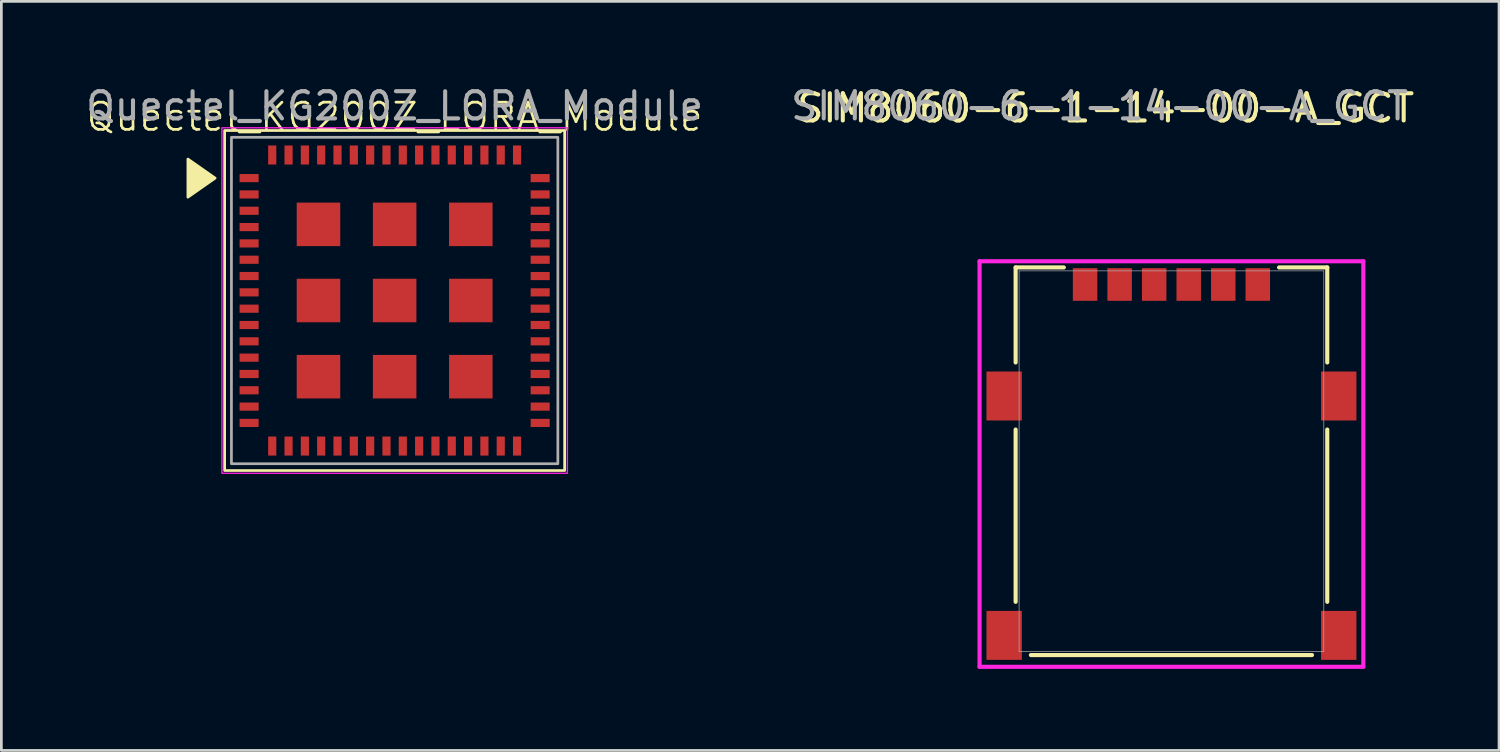
<source format=kicad_pcb>
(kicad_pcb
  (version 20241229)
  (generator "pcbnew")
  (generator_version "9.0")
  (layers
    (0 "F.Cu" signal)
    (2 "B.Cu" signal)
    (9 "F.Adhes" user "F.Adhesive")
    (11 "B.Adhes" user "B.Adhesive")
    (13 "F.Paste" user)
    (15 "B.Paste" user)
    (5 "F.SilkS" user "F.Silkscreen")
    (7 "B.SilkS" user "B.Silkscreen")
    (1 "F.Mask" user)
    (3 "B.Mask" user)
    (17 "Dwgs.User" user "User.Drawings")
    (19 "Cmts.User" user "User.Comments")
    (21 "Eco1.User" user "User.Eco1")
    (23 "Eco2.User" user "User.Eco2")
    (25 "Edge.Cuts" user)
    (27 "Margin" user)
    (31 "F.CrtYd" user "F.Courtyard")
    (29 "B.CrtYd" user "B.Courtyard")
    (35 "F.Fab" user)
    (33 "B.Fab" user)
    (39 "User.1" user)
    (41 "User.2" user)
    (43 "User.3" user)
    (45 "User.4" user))
  (footprint "Quectel_KG200Z_LORA_Module"
    (layer "F.Cu")
    (at 11.458 7.998)
    (property "Reference" "Quectel_KG200Z_LORA_Module" (at 0 -6.75 0) (unlocked yes) (layer "F.SilkS") (effects (font (size 1 1) (thickness 0.1))))
    (attr smd)
    (fp_rect (start -6.25 -6.25) (end 6.25 6.25) (stroke (width 0.1) (type default)) (fill no) (layer "F.SilkS"))
    (fp_poly (pts (xy -6.6 -4.5) (xy -7.6 -5.2) (xy -7.6 -3.8)) (stroke (width 0.1) (type solid)) (fill yes) (layer "F.SilkS"))
    (fp_rect (start -6.35 -6.35) (end 6.35 6.35) (stroke (width 0.05) (type default)) (fill no) (layer "F.CrtYd"))
    (fp_rect (start -6 -6) (end 6 6) (stroke (width 0.1) (type default)) (fill no) (layer "F.Fab"))
    (fp_text user "${REFERENCE}" (at 0 -7.15 0) (unlocked yes) (layer "F.Fab") (effects (font (size 1 1) (thickness 0.15))))
    (pad "1" smd rect (at -5.35 -4.5 90) (size 0.3 0.7) (layers "F.Cu" "F.Mask" "F.Paste"))
    (pad "2" smd rect (at -5.35 -3.9 90) (size 0.3 0.7) (layers "F.Cu" "F.Mask" "F.Paste"))
    (pad "3" smd rect (at -5.35 -3.3 90) (size 0.3 0.7) (layers "F.Cu" "F.Mask" "F.Paste"))
    (pad "4" smd rect (at -5.35 -2.7 90) (size 0.3 0.7) (layers "F.Cu" "F.Mask" "F.Paste"))
    (pad "5" smd rect (at -5.35 -2.1 90) (size 0.3 0.7) (layers "F.Cu" "F.Mask" "F.Paste"))
    (pad "6" smd rect (at -5.35 -1.5 90) (size 0.3 0.7) (layers "F.Cu" "F.Mask" "F.Paste"))
    (pad "7" smd rect (at -5.35 -0.9 90) (size 0.3 0.7) (layers "F.Cu" "F.Mask" "F.Paste"))
    (pad "8" smd rect (at -5.35 -0.3 90) (size 0.3 0.7) (layers "F.Cu" "F.Mask" "F.Paste"))
    (pad "9" smd rect (at -5.35 0.3 90) (size 0.3 0.7) (layers "F.Cu" "F.Mask" "F.Paste"))
    (pad "10" smd rect (at -5.35 0.9 90) (size 0.3 0.7) (layers "F.Cu" "F.Mask" "F.Paste"))
    (pad "11" smd rect (at -5.35 1.5 90) (size 0.3 0.7) (layers "F.Cu" "F.Mask" "F.Paste"))
    (pad "12" smd rect (at -5.35 2.1 90) (size 0.3 0.7) (layers "F.Cu" "F.Mask" "F.Paste"))
    (pad "13" smd rect (at -5.35 2.7 90) (size 0.3 0.7) (layers "F.Cu" "F.Mask" "F.Paste"))
    (pad "14" smd rect (at -5.35 3.3 90) (size 0.3 0.7) (layers "F.Cu" "F.Mask" "F.Paste"))
    (pad "15" smd rect (at -5.35 3.9 90) (size 0.3 0.7) (layers "F.Cu" "F.Mask" "F.Paste"))
    (pad "16" smd rect (at -5.35 4.5 90) (size 0.3 0.7) (layers "F.Cu" "F.Mask" "F.Paste"))
    (pad "17" smd rect (at -4.5 5.35) (size 0.3 0.7) (layers "F.Cu" "F.Mask" "F.Paste"))
    (pad "18" smd rect (at -3.9 5.35) (size 0.3 0.7) (layers "F.Cu" "F.Mask" "F.Paste"))
    (pad "19" smd rect (at -3.3 5.35) (size 0.3 0.7) (layers "F.Cu" "F.Mask" "F.Paste"))
    (pad "20" smd rect (at -2.7 5.35) (size 0.3 0.7) (layers "F.Cu" "F.Mask" "F.Paste"))
    (pad "21" smd rect (at -2.1 5.35) (size 0.3 0.7) (layers "F.Cu" "F.Mask" "F.Paste"))
    (pad "22" smd rect (at -1.5 5.35) (size 0.3 0.7) (layers "F.Cu" "F.Mask" "F.Paste"))
    (pad "23" smd rect (at -0.9 5.35) (size 0.3 0.7) (layers "F.Cu" "F.Mask" "F.Paste"))
    (pad "24" smd rect (at -0.3 5.35) (size 0.3 0.7) (layers "F.Cu" "F.Mask" "F.Paste"))
    (pad "25" smd rect (at 0.3 5.35) (size 0.3 0.7) (layers "F.Cu" "F.Mask" "F.Paste"))
    (pad "26" smd rect (at 0.9 5.35) (size 0.3 0.7) (layers "F.Cu" "F.Mask" "F.Paste"))
    (pad "27" smd rect (at 1.5 5.35) (size 0.3 0.7) (layers "F.Cu" "F.Mask" "F.Paste"))
    (pad "28" smd rect (at 2.1 5.35) (size 0.3 0.7) (layers "F.Cu" "F.Mask" "F.Paste"))
    (pad "29" smd rect (at 2.7 5.35) (size 0.3 0.7) (layers "F.Cu" "F.Mask" "F.Paste"))
    (pad "30" smd rect (at 3.3 5.35) (size 0.3 0.7) (layers "F.Cu" "F.Mask" "F.Paste"))
    (pad "31" smd rect (at 3.9 5.35) (size 0.3 0.7) (layers "F.Cu" "F.Mask" "F.Paste"))
    (pad "32" smd rect (at 4.5 5.35) (size 0.3 0.7) (layers "F.Cu" "F.Mask" "F.Paste"))
    (pad "33" smd rect (at 5.35 4.5 90) (size 0.3 0.7) (layers "F.Cu" "F.Mask" "F.Paste"))
    (pad "34" smd rect (at 5.35 3.9 90) (size 0.3 0.7) (layers "F.Cu" "F.Mask" "F.Paste"))
    (pad "35" smd rect (at 5.35 3.3 90) (size 0.3 0.7) (layers "F.Cu" "F.Mask" "F.Paste"))
    (pad "36" smd rect (at 5.35 2.7 90) (size 0.3 0.7) (layers "F.Cu" "F.Mask" "F.Paste"))
    (pad "37" smd rect (at 5.35 2.1 90) (size 0.3 0.7) (layers "F.Cu" "F.Mask" "F.Paste"))
    (pad "38" smd rect (at 5.35 1.5 90) (size 0.3 0.7) (layers "F.Cu" "F.Mask" "F.Paste"))
    (pad "39" smd rect (at 5.35 0.9 90) (size 0.3 0.7) (layers "F.Cu" "F.Mask" "F.Paste"))
    (pad "40" smd rect (at 5.35 0.3 90) (size 0.3 0.7) (layers "F.Cu" "F.Mask" "F.Paste"))
    (pad "41" smd rect (at 5.35 -0.3 90) (size 0.3 0.7) (layers "F.Cu" "F.Mask" "F.Paste"))
    (pad "42" smd rect (at 5.35 -0.9 90) (size 0.3 0.7) (layers "F.Cu" "F.Mask" "F.Paste"))
    (pad "43" smd rect (at 5.35 -1.5 90) (size 0.3 0.7) (layers "F.Cu" "F.Mask" "F.Paste"))
    (pad "44" smd rect (at 5.35 -2.1 90) (size 0.3 0.7) (layers "F.Cu" "F.Mask" "F.Paste"))
    (pad "45" smd rect (at 5.35 -2.7 90) (size 0.3 0.7) (layers "F.Cu" "F.Mask" "F.Paste"))
    (pad "46" smd rect (at 5.35 -3.3 90) (size 0.3 0.7) (layers "F.Cu" "F.Mask" "F.Paste"))
    (pad "47" smd rect (at 5.35 -3.9 90) (size 0.3 0.7) (layers "F.Cu" "F.Mask" "F.Paste"))
    (pad "48" smd rect (at 5.35 -4.5 90) (size 0.3 0.7) (layers "F.Cu" "F.Mask" "F.Paste"))
    (pad "49" smd rect (at 4.5 -5.35) (size 0.3 0.7) (layers "F.Cu" "F.Mask" "F.Paste"))
    (pad "50" smd rect (at 3.9 -5.35) (size 0.3 0.7) (layers "F.Cu" "F.Mask" "F.Paste"))
    (pad "51" smd rect (at 3.3 -5.35) (size 0.3 0.7) (layers "F.Cu" "F.Mask" "F.Paste"))
    (pad "52" smd rect (at 2.7 -5.35) (size 0.3 0.7) (layers "F.Cu" "F.Mask" "F.Paste"))
    (pad "53" smd rect (at 2.1 -5.35) (size 0.3 0.7) (layers "F.Cu" "F.Mask" "F.Paste"))
    (pad "54" smd rect (at 1.5 -5.35) (size 0.3 0.7) (layers "F.Cu" "F.Mask" "F.Paste"))
    (pad "55" smd rect (at 0.9 -5.35) (size 0.3 0.7) (layers "F.Cu" "F.Mask" "F.Paste"))
    (pad "56" smd rect (at 0.3 -5.35) (size 0.3 0.7) (layers "F.Cu" "F.Mask" "F.Paste"))
    (pad "57" smd rect (at -0.3 -5.35) (size 0.3 0.7) (layers "F.Cu" "F.Mask" "F.Paste"))
    (pad "58" smd rect (at -0.9 -5.35) (size 0.3 0.7) (layers "F.Cu" "F.Mask" "F.Paste"))
    (pad "59" smd rect (at -1.5 -5.35) (size 0.3 0.7) (layers "F.Cu" "F.Mask" "F.Paste"))
    (pad "60" smd rect (at -2.1 -5.35) (size 0.3 0.7) (layers "F.Cu" "F.Mask" "F.Paste"))
    (pad "61" smd rect (at -2.7 -5.35) (size 0.3 0.7) (layers "F.Cu" "F.Mask" "F.Paste"))
    (pad "62" smd rect (at -3.3 -5.35) (size 0.3 0.7) (layers "F.Cu" "F.Mask" "F.Paste"))
    (pad "63" smd rect (at -3.9 -5.35) (size 0.3 0.7) (layers "F.Cu" "F.Mask" "F.Paste"))
    (pad "64" smd rect (at -4.5 -5.35) (size 0.3 0.7) (layers "F.Cu" "F.Mask" "F.Paste"))
    (pad "65" smd rect (at -2.8 -2.8) (size 1.6 1.6) (layers "F.Cu" "F.Mask" "F.Paste"))
    (pad "66" smd rect (at 0 -2.8) (size 1.6 1.6) (layers "F.Cu" "F.Mask" "F.Paste"))
    (pad "67" smd rect (at 2.8 -2.8) (size 1.6 1.6) (layers "F.Cu" "F.Mask" "F.Paste"))
    (pad "68" smd rect (at -2.8 0) (size 1.6 1.6) (layers "F.Cu" "F.Mask" "F.Paste"))
    (pad "69" smd rect (at 0 0) (size 1.6 1.6) (layers "F.Cu" "F.Mask" "F.Paste"))
    (pad "70" smd rect (at 2.8 0) (size 1.6 1.6) (layers "F.Cu" "F.Mask" "F.Paste"))
    (pad "71" smd rect (at -2.8 2.8) (size 1.6 1.6) (layers "F.Cu" "F.Mask" "F.Paste"))
    (pad "72" smd rect (at 0 2.8) (size 1.6 1.6) (layers "F.Cu" "F.Mask" "F.Paste"))
    (pad "73" smd rect (at 2.8 2.8) (size 1.6 1.6) (layers "F.Cu" "F.Mask" "F.Paste")))
  (footprint "SIM8060-6-1-14-00-A_GCT"
    (layer "F.Cu")
    (at 37.475 6.288)
    (property "Reference" "SIM8060-6-1-14-00-A_GCT" (at 0.125 -5.365 0) (unlocked yes) (layer "F.SilkS") (effects (font (size 1 1) (thickness 0.15))))
    (attr smd)
    (fp_line (start -3.188 0.493) (end -3.188 3.987) (stroke (width 0.152) (type solid)) (layer "F.SilkS"))
    (fp_line (start -3.188 6.453) (end -3.188 12.787) (stroke (width 0.152) (type solid)) (layer "F.SilkS"))
    (fp_line (start -2.627 14.743) (end 7.707 14.743) (stroke (width 0.152) (type solid)) (layer "F.SilkS"))
    (fp_line (start -1.417 0.493) (end -3.188 0.493) (stroke (width 0.152) (type solid)) (layer "F.SilkS"))
    (fp_line (start 8.268 0.493) (end 6.497 0.493) (stroke (width 0.152) (type solid)) (layer "F.SilkS"))
    (fp_line (start 8.268 3.987) (end 8.268 0.493) (stroke (width 0.152) (type solid)) (layer "F.SilkS"))
    (fp_line (start 8.268 12.787) (end 8.268 6.453) (stroke (width 0.152) (type solid)) (layer "F.SilkS"))
    (fp_line (start -4.514 0.266) (end -4.514 15.174) (stroke (width 0.152) (type solid)) (layer "F.CrtYd"))
    (fp_line (start -4.514 15.174) (end 9.594 15.174) (stroke (width 0.152) (type solid)) (layer "F.CrtYd"))
    (fp_line (start 9.594 0.266) (end -4.514 0.266) (stroke (width 0.152) (type solid)) (layer "F.CrtYd"))
    (fp_line (start 9.594 15.174) (end 9.594 0.266) (stroke (width 0.152) (type solid)) (layer "F.CrtYd"))
    (fp_line (start -3.061 0.62) (end -3.061 14.616) (stroke (width 0.025) (type solid)) (layer "F.Fab"))
    (fp_line (start -3.061 14.616) (end 8.141 14.616) (stroke (width 0.025) (type solid)) (layer "F.Fab"))
    (fp_line (start 8.141 0.62) (end -3.061 0.62) (stroke (width 0.025) (type solid)) (layer "F.Fab"))
    (fp_line (start 8.141 14.616) (end 8.141 0.62) (stroke (width 0.025) (type solid)) (layer "F.Fab"))
    (fp_text user "${REFERENCE}" (at -0.1 -5.44 0) (unlocked yes) (layer "F.Fab") (effects (font (size 1 1) (thickness 0.15))))
    (pad "C1" smd rect (at -0.635 1.12) (size 0.9 1.2) (layers "F.Cu" "F.Mask" "F.Paste"))
    (pad "C2" smd rect (at 1.905 1.12) (size 0.9 1.2) (layers "F.Cu" "F.Mask" "F.Paste"))
    (pad "C3" smd rect (at 4.445 1.12) (size 0.9 1.2) (layers "F.Cu" "F.Mask" "F.Paste"))
    (pad "C5" smd rect (at 0.635 1.12) (size 0.9 1.2) (layers "F.Cu" "F.Mask" "F.Paste"))
    (pad "C6" smd rect (at 3.175 1.12) (size 0.9 1.2) (layers "F.Cu" "F.Mask" "F.Paste"))
    (pad "C7" smd rect (at 5.715 1.12) (size 0.9 1.2) (layers "F.Cu" "F.Mask" "F.Paste"))
    (pad "S" smd rect (at -3.61 5.22) (size 1.3 1.8) (layers "F.Cu" "F.Mask" "F.Paste"))
    (pad "S" smd rect (at 8.69 5.22) (size 1.3 1.8) (layers "F.Cu" "F.Mask" "F.Paste"))
    (pad "S" smd rect (at 8.69 14.02) (size 1.3 1.8) (layers "F.Cu" "F.Mask" "F.Paste"))
    (pad "SW" smd rect (at -3.61 14.02) (size 1.3 1.8) (layers "F.Cu" "F.Mask" "F.Paste"))
    (zone (net_name "") (layers "F.Cu" "B.Cu") (hatch edge 0.5) (connect_pads) (min_thickness 0.25) (filled_areas_thickness no) (keepout (tracks not_allowed) (vias not_allowed) (pads not_allowed) (copperpour not_allowed) (footprints allowed)) (placement (enabled no)) (fill) (polygon (pts (xy 38.125 13.488) (xy 38.125 9.788) (xy 36.825 9.788) (xy 36.825 13.488))))
    (zone (net_name "") (layers "F.Cu" "B.Cu") (hatch edge 0.5) (connect_pads) (min_thickness 0.25) (filled_areas_thickness no) (keepout (tracks not_allowed) (vias not_allowed) (pads not_allowed) (copperpour not_allowed) (footprints allowed)) (placement (enabled no)) (fill) (polygon (pts (xy 38.525 20.508) (xy 38.525 16.808) (xy 36.085 16.808) (xy 36.085 20.508))))
    (zone (net_name "") (layers "F.Cu" "B.Cu") (hatch edge 0.5) (connect_pads) (min_thickness 0.25) (filled_areas_thickness no) (keepout (tracks not_allowed) (vias not_allowed) (pads not_allowed) (copperpour not_allowed) (footprints allowed)) (placement (enabled no)) (fill) (polygon (pts (xy 40.665 13.488) (xy 40.665 9.788) (xy 39.365 9.788) (xy 39.365 13.488))))
    (zone (net_name "") (layers "F.Cu" "B.Cu") (hatch edge 0.5) (connect_pads) (min_thickness 0.25) (filled_areas_thickness no) (keepout (tracks not_allowed) (vias not_allowed) (pads not_allowed) (copperpour not_allowed) (footprints allowed)) (placement (enabled no)) (fill) (polygon (pts (xy 40.665 20.508) (xy 40.665 16.808) (xy 39.365 16.808) (xy 39.365 20.508))))
    (zone (net_name "") (layers "F.Cu" "B.Cu") (hatch edge 0.5) (connect_pads) (min_thickness 0.25) (filled_areas_thickness no) (keepout (tracks not_allowed) (vias not_allowed) (pads not_allowed) (copperpour not_allowed) (footprints allowed)) (placement (enabled no)) (fill) (polygon (pts (xy 43.205 13.488) (xy 43.205 9.788) (xy 41.905 9.788) (xy 41.905 13.488))))
    (zone (net_name "") (layers "F.Cu" "B.Cu") (hatch edge 0.5) (connect_pads) (min_thickness 0.25) (filled_areas_thickness no) (keepout (tracks not_allowed) (vias not_allowed) (pads not_allowed) (copperpour not_allowed) (footprints allowed)) (placement (enabled no)) (fill) (polygon (pts (xy 43.205 20.508) (xy 43.205 16.808) (xy 41.905 16.808) (xy 41.905 20.508)))))
  (gr_rect
    (start -3 -3)
    (end 52.058 24.538)
    (stroke (width 0.1) (type default))
    (fill no)
    (layer "Edge.Cuts")))
</source>
